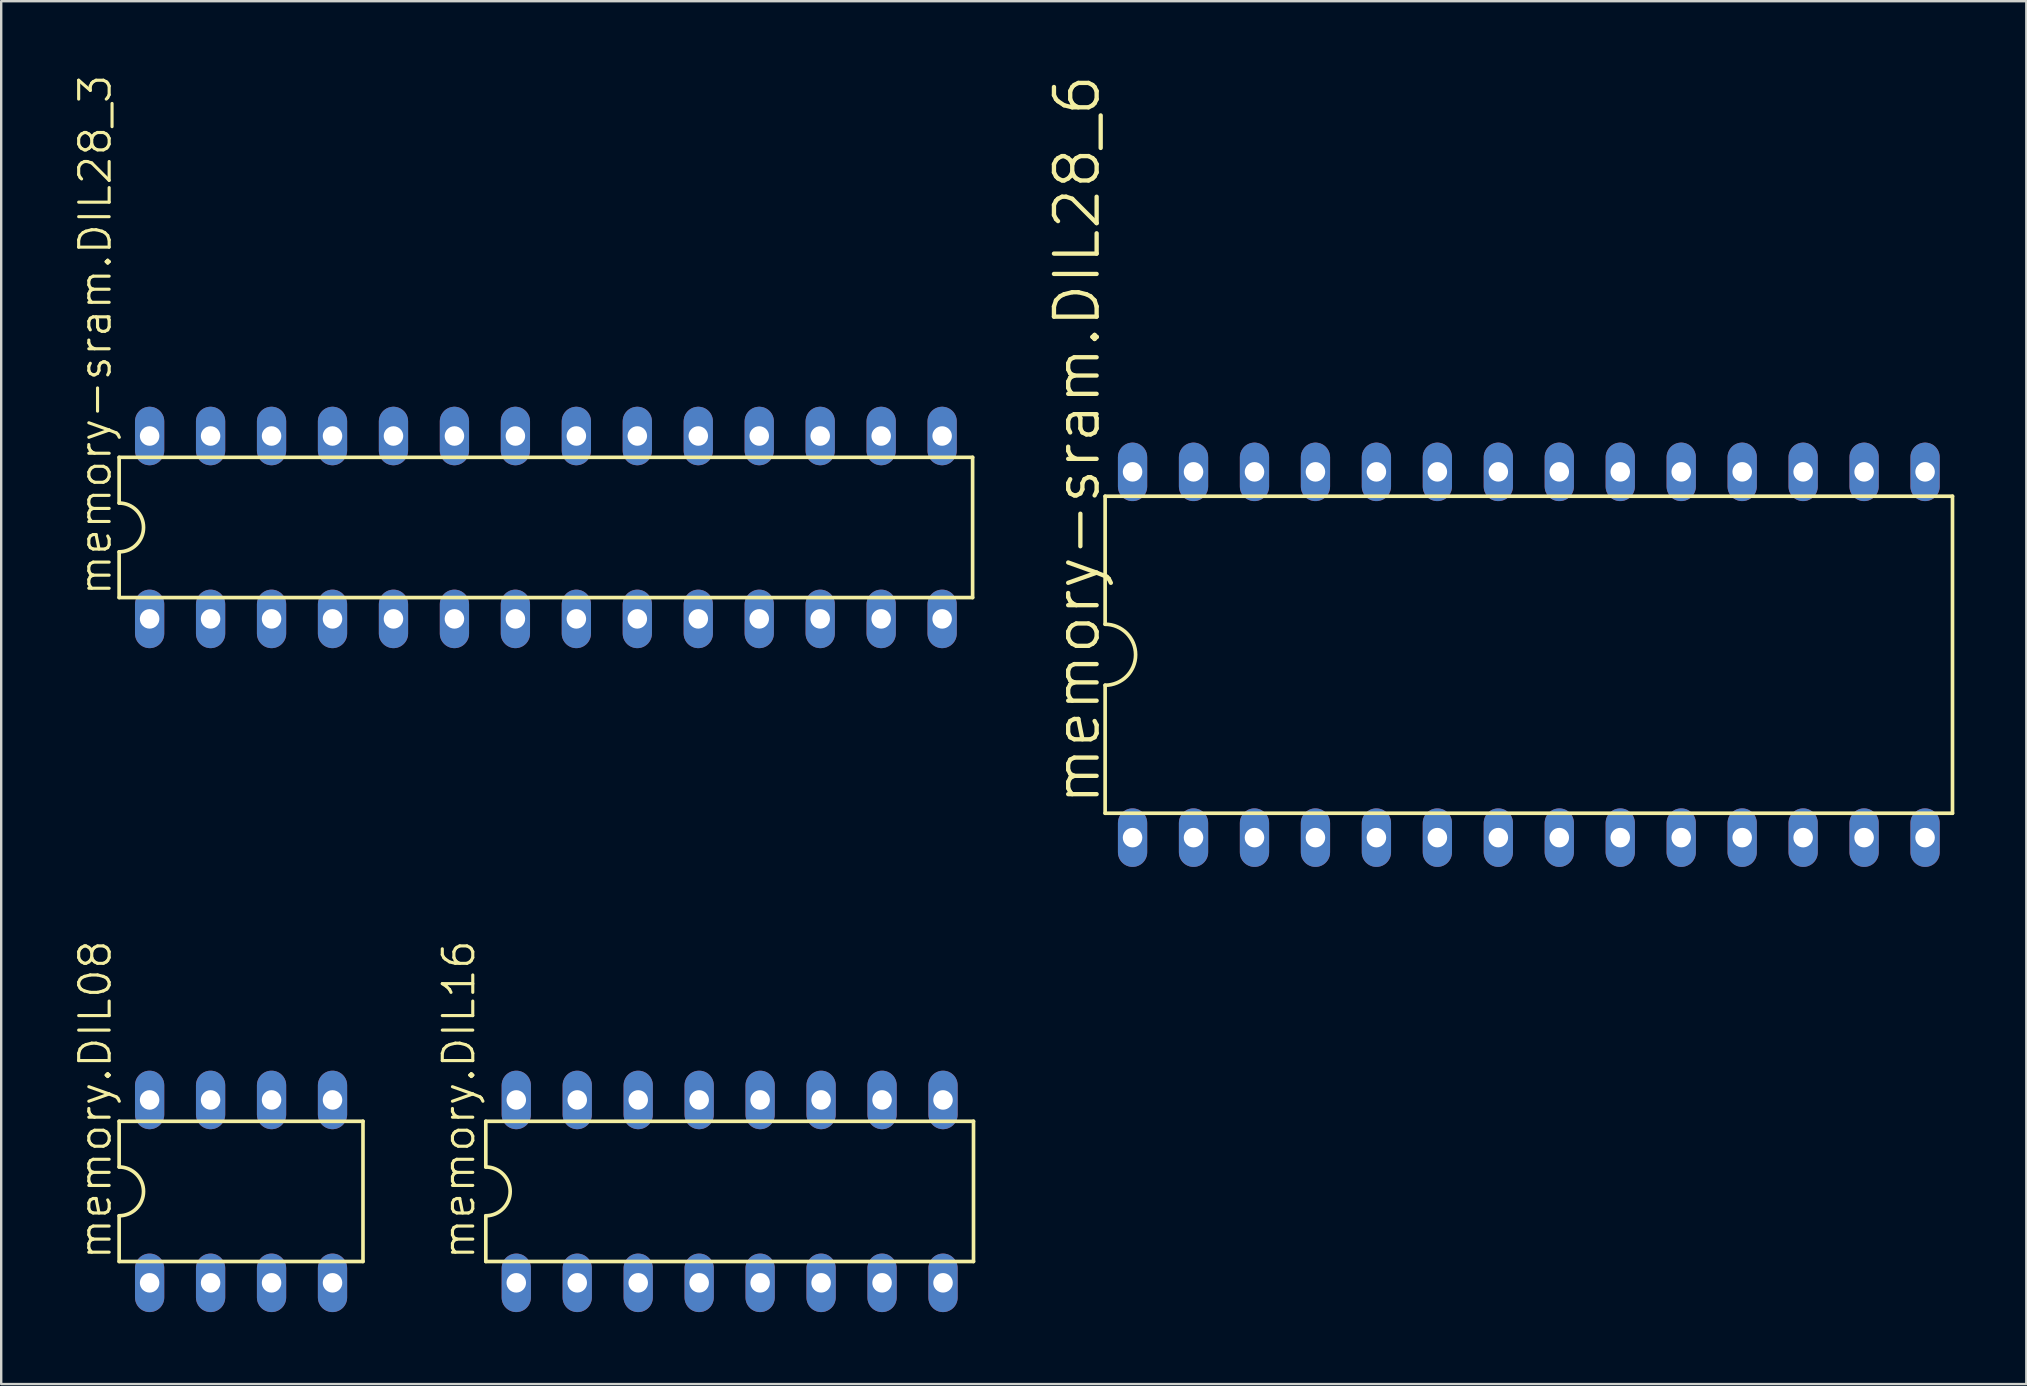
<source format=kicad_pcb>
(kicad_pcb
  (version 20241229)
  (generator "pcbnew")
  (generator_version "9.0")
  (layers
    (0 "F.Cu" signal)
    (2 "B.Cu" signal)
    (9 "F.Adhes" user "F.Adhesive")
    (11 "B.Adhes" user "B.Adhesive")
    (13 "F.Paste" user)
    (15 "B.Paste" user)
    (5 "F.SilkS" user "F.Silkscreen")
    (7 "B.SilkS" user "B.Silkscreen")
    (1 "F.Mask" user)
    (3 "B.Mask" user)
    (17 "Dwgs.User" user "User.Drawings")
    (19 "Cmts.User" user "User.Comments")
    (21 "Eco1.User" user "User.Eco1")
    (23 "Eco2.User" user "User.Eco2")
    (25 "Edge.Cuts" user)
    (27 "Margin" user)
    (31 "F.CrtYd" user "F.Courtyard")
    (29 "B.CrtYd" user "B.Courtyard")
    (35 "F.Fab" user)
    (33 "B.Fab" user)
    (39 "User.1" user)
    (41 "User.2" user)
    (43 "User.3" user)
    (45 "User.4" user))
  (footprint "memory.DIL16"
    (layer "F.Cu")
    (at 27.351 46.589)
    (property "Reference" "memory.DIL16" (at -10.541 2.921 90) (layer "F.SilkS") (effects (font (size 1.27 1.27) (thickness 0.13)) (justify left bottom)))
    (attr through_hole)
    (fp_line (start -10.16 -2.921) (end -10.16 -1.016) (stroke (width 0.152) (type default)) (layer "F.SilkS"))
    (fp_line (start -10.16 2.921) (end -10.16 1.016) (stroke (width 0.152) (type default)) (layer "F.SilkS"))
    (fp_line (start -10.16 2.921) (end 10.16 2.921) (stroke (width 0.152) (type default)) (layer "F.SilkS"))
    (fp_line (start 10.16 -2.921) (end -10.16 -2.921) (stroke (width 0.152) (type default)) (layer "F.SilkS"))
    (fp_line (start 10.16 -2.921) (end 10.16 2.921) (stroke (width 0.152) (type default)) (layer "F.SilkS"))
    (fp_arc (start -10.16 -1.016) (mid -9.144 0) (end -10.16 1.016) (stroke (width 0.1524) (type default)) (layer "F.SilkS"))
    (pad "1" thru_hole oval (at -8.89 3.81 90) (size 2.438 1.219) (drill 0.813) (layers "*.Cu" "*.Mask"))
    (pad "2" thru_hole oval (at -6.35 3.81 90) (size 2.438 1.219) (drill 0.813) (layers "*.Cu" "*.Mask"))
    (pad "3" thru_hole oval (at -3.81 3.81 90) (size 2.438 1.219) (drill 0.813) (layers "*.Cu" "*.Mask"))
    (pad "4" thru_hole oval (at -1.27 3.81 90) (size 2.438 1.219) (drill 0.813) (layers "*.Cu" "*.Mask"))
    (pad "5" thru_hole oval (at 1.27 3.81 90) (size 2.438 1.219) (drill 0.813) (layers "*.Cu" "*.Mask"))
    (pad "6" thru_hole oval (at 3.81 3.81 90) (size 2.438 1.219) (drill 0.813) (layers "*.Cu" "*.Mask"))
    (pad "7" thru_hole oval (at 6.35 3.81 90) (size 2.438 1.219) (drill 0.813) (layers "*.Cu" "*.Mask"))
    (pad "8" thru_hole oval (at 8.89 3.81 90) (size 2.438 1.219) (drill 0.813) (layers "*.Cu" "*.Mask"))
    (pad "9" thru_hole oval (at 8.89 -3.81 90) (size 2.438 1.219) (drill 0.813) (layers "*.Cu" "*.Mask"))
    (pad "10" thru_hole oval (at 6.35 -3.81 90) (size 2.438 1.219) (drill 0.813) (layers "*.Cu" "*.Mask"))
    (pad "11" thru_hole oval (at 3.81 -3.81 90) (size 2.438 1.219) (drill 0.813) (layers "*.Cu" "*.Mask"))
    (pad "12" thru_hole oval (at 1.27 -3.81 90) (size 2.438 1.219) (drill 0.813) (layers "*.Cu" "*.Mask"))
    (pad "13" thru_hole oval (at -1.27 -3.81 90) (size 2.438 1.219) (drill 0.813) (layers "*.Cu" "*.Mask"))
    (pad "14" thru_hole oval (at -3.81 -3.81 90) (size 2.438 1.219) (drill 0.813) (layers "*.Cu" "*.Mask"))
    (pad "15" thru_hole oval (at -6.35 -3.81 90) (size 2.438 1.219) (drill 0.813) (layers "*.Cu" "*.Mask"))
    (pad "16" thru_hole oval (at -8.89 -3.81 90) (size 2.438 1.219) (drill 0.813) (layers "*.Cu" "*.Mask")))
  (footprint "memory-sram.DIL28_3"
    (layer "F.Cu")
    (at 19.694 18.926)
    (property "Reference" "memory-sram.DIL28_3" (at -18.034 2.921 90) (layer "F.SilkS") (effects (font (size 1.27 1.27) (thickness 0.13)) (justify left bottom)))
    (attr through_hole)
    (fp_line (start -17.78 -2.921) (end -17.78 -1.016) (stroke (width 0.152) (type default)) (layer "F.SilkS"))
    (fp_line (start -17.78 2.921) (end -17.78 1.016) (stroke (width 0.152) (type default)) (layer "F.SilkS"))
    (fp_line (start -17.78 2.921) (end 17.78 2.921) (stroke (width 0.152) (type default)) (layer "F.SilkS"))
    (fp_line (start 17.78 -2.921) (end -17.78 -2.921) (stroke (width 0.152) (type default)) (layer "F.SilkS"))
    (fp_line (start 17.78 -2.921) (end 17.78 2.921) (stroke (width 0.152) (type default)) (layer "F.SilkS"))
    (fp_arc (start -17.78 -1.016) (mid -16.764 0) (end -17.78 1.016) (stroke (width 0.1524) (type default)) (layer "F.SilkS"))
    (pad "1" thru_hole oval (at -16.51 3.81 90) (size 2.438 1.219) (drill 0.813) (layers "*.Cu" "*.Mask"))
    (pad "2" thru_hole oval (at -13.97 3.81 90) (size 2.438 1.219) (drill 0.813) (layers "*.Cu" "*.Mask"))
    (pad "3" thru_hole oval (at -11.43 3.81 90) (size 2.438 1.219) (drill 0.813) (layers "*.Cu" "*.Mask"))
    (pad "4" thru_hole oval (at -8.89 3.81 90) (size 2.438 1.219) (drill 0.813) (layers "*.Cu" "*.Mask"))
    (pad "5" thru_hole oval (at -6.35 3.81 90) (size 2.438 1.219) (drill 0.813) (layers "*.Cu" "*.Mask"))
    (pad "6" thru_hole oval (at -3.81 3.81 90) (size 2.438 1.219) (drill 0.813) (layers "*.Cu" "*.Mask"))
    (pad "7" thru_hole oval (at -1.27 3.81 90) (size 2.438 1.219) (drill 0.813) (layers "*.Cu" "*.Mask"))
    (pad "8" thru_hole oval (at 1.27 3.81 90) (size 2.438 1.219) (drill 0.813) (layers "*.Cu" "*.Mask"))
    (pad "9" thru_hole oval (at 3.81 3.81 90) (size 2.438 1.219) (drill 0.813) (layers "*.Cu" "*.Mask"))
    (pad "10" thru_hole oval (at 6.35 3.81 90) (size 2.438 1.219) (drill 0.813) (layers "*.Cu" "*.Mask"))
    (pad "11" thru_hole oval (at 8.89 3.81 90) (size 2.438 1.219) (drill 0.813) (layers "*.Cu" "*.Mask"))
    (pad "12" thru_hole oval (at 11.43 3.81 90) (size 2.438 1.219) (drill 0.813) (layers "*.Cu" "*.Mask"))
    (pad "13" thru_hole oval (at 13.97 3.81 90) (size 2.438 1.219) (drill 0.813) (layers "*.Cu" "*.Mask"))
    (pad "14" thru_hole oval (at 16.51 3.81 90) (size 2.438 1.219) (drill 0.813) (layers "*.Cu" "*.Mask"))
    (pad "15" thru_hole oval (at 16.51 -3.81 90) (size 2.438 1.219) (drill 0.813) (layers "*.Cu" "*.Mask"))
    (pad "16" thru_hole oval (at 13.97 -3.81 90) (size 2.438 1.219) (drill 0.813) (layers "*.Cu" "*.Mask"))
    (pad "17" thru_hole oval (at 11.43 -3.81 90) (size 2.438 1.219) (drill 0.813) (layers "*.Cu" "*.Mask"))
    (pad "18" thru_hole oval (at 8.89 -3.81 90) (size 2.438 1.219) (drill 0.813) (layers "*.Cu" "*.Mask"))
    (pad "19" thru_hole oval (at 6.35 -3.81 90) (size 2.438 1.219) (drill 0.813) (layers "*.Cu" "*.Mask"))
    (pad "20" thru_hole oval (at 3.81 -3.81 90) (size 2.438 1.219) (drill 0.813) (layers "*.Cu" "*.Mask"))
    (pad "21" thru_hole oval (at 1.27 -3.81 90) (size 2.438 1.219) (drill 0.813) (layers "*.Cu" "*.Mask"))
    (pad "22" thru_hole oval (at -1.27 -3.81 90) (size 2.438 1.219) (drill 0.813) (layers "*.Cu" "*.Mask"))
    (pad "23" thru_hole oval (at -3.81 -3.81 90) (size 2.438 1.219) (drill 0.813) (layers "*.Cu" "*.Mask"))
    (pad "24" thru_hole oval (at -6.35 -3.81 90) (size 2.438 1.219) (drill 0.813) (layers "*.Cu" "*.Mask"))
    (pad "25" thru_hole oval (at -8.89 -3.81 90) (size 2.438 1.219) (drill 0.813) (layers "*.Cu" "*.Mask"))
    (pad "26" thru_hole oval (at -11.43 -3.81 90) (size 2.438 1.219) (drill 0.813) (layers "*.Cu" "*.Mask"))
    (pad "27" thru_hole oval (at -13.97 -3.81 90) (size 2.438 1.219) (drill 0.813) (layers "*.Cu" "*.Mask"))
    (pad "28" thru_hole oval (at -16.51 -3.81 90) (size 2.438 1.219) (drill 0.813) (layers "*.Cu" "*.Mask")))
  (footprint "memory.DIL08"
    (layer "F.Cu")
    (at 6.994 46.589)
    (property "Reference" "memory.DIL08" (at -5.334 2.921 90) (layer "F.SilkS") (effects (font (size 1.27 1.27) (thickness 0.13)) (justify left bottom)))
    (attr through_hole)
    (fp_line (start -5.08 -2.921) (end -5.08 -1.016) (stroke (width 0.152) (type default)) (layer "F.SilkS"))
    (fp_line (start -5.08 2.921) (end -5.08 1.016) (stroke (width 0.152) (type default)) (layer "F.SilkS"))
    (fp_line (start -5.08 2.921) (end 5.08 2.921) (stroke (width 0.152) (type default)) (layer "F.SilkS"))
    (fp_line (start 5.08 -2.921) (end -5.08 -2.921) (stroke (width 0.152) (type default)) (layer "F.SilkS"))
    (fp_line (start 5.08 -2.921) (end 5.08 2.921) (stroke (width 0.152) (type default)) (layer "F.SilkS"))
    (fp_arc (start -5.08 -1.016) (mid -4.064 0) (end -5.08 1.016) (stroke (width 0.1524) (type default)) (layer "F.SilkS"))
    (pad "1" thru_hole oval (at -3.81 3.81 90) (size 2.438 1.219) (drill 0.813) (layers "*.Cu" "*.Mask"))
    (pad "2" thru_hole oval (at -1.27 3.81 90) (size 2.438 1.219) (drill 0.813) (layers "*.Cu" "*.Mask"))
    (pad "3" thru_hole oval (at 1.27 3.81 90) (size 2.438 1.219) (drill 0.813) (layers "*.Cu" "*.Mask"))
    (pad "4" thru_hole oval (at 3.81 3.81 90) (size 2.438 1.219) (drill 0.813) (layers "*.Cu" "*.Mask"))
    (pad "5" thru_hole oval (at 3.81 -3.81 90) (size 2.438 1.219) (drill 0.813) (layers "*.Cu" "*.Mask"))
    (pad "6" thru_hole oval (at 1.27 -3.81 90) (size 2.438 1.219) (drill 0.813) (layers "*.Cu" "*.Mask"))
    (pad "7" thru_hole oval (at -1.27 -3.81 90) (size 2.438 1.219) (drill 0.813) (layers "*.Cu" "*.Mask"))
    (pad "8" thru_hole oval (at -3.81 -3.81 90) (size 2.438 1.219) (drill 0.813) (layers "*.Cu" "*.Mask")))
  (footprint "memory-sram.DIL28_6"
    (layer "F.Cu")
    (at 60.648 24.23)
    (property "Reference" "memory-sram.DIL28_6" (at -17.78 6.35 90) (layer "F.SilkS") (effects (font (size 1.778 1.778) (thickness 0.18)) (justify left bottom)))
    (attr through_hole)
    (fp_line (start -17.653 -6.604) (end -17.653 -1.27) (stroke (width 0.152) (type default)) (layer "F.SilkS"))
    (fp_line (start -17.653 -6.604) (end 17.653 -6.604) (stroke (width 0.152) (type default)) (layer "F.SilkS"))
    (fp_line (start -17.653 1.27) (end -17.653 6.604) (stroke (width 0.152) (type default)) (layer "F.SilkS"))
    (fp_line (start -17.653 6.604) (end 17.653 6.604) (stroke (width 0.152) (type default)) (layer "F.SilkS"))
    (fp_line (start 17.653 6.604) (end 17.653 -6.604) (stroke (width 0.152) (type default)) (layer "F.SilkS"))
    (fp_arc (start -17.653 -1.27) (mid -16.383 0) (end -17.653 1.27) (stroke (width 0.1524) (type default)) (layer "F.SilkS"))
    (pad "1" thru_hole oval (at -16.51 7.62 90) (size 2.438 1.219) (drill 0.813) (layers "*.Cu" "*.Mask"))
    (pad "2" thru_hole oval (at -13.97 7.62 90) (size 2.438 1.219) (drill 0.813) (layers "*.Cu" "*.Mask"))
    (pad "3" thru_hole oval (at -11.43 7.62 90) (size 2.438 1.219) (drill 0.813) (layers "*.Cu" "*.Mask"))
    (pad "4" thru_hole oval (at -8.89 7.62 90) (size 2.438 1.219) (drill 0.813) (layers "*.Cu" "*.Mask"))
    (pad "5" thru_hole oval (at -6.35 7.62 90) (size 2.438 1.219) (drill 0.813) (layers "*.Cu" "*.Mask"))
    (pad "6" thru_hole oval (at -3.81 7.62 90) (size 2.438 1.219) (drill 0.813) (layers "*.Cu" "*.Mask"))
    (pad "7" thru_hole oval (at -1.27 7.62 90) (size 2.438 1.219) (drill 0.813) (layers "*.Cu" "*.Mask"))
    (pad "8" thru_hole oval (at 1.27 7.62 90) (size 2.438 1.219) (drill 0.813) (layers "*.Cu" "*.Mask"))
    (pad "9" thru_hole oval (at 3.81 7.62 90) (size 2.438 1.219) (drill 0.813) (layers "*.Cu" "*.Mask"))
    (pad "10" thru_hole oval (at 6.35 7.62 90) (size 2.438 1.219) (drill 0.813) (layers "*.Cu" "*.Mask"))
    (pad "11" thru_hole oval (at 8.89 7.62 90) (size 2.438 1.219) (drill 0.813) (layers "*.Cu" "*.Mask"))
    (pad "12" thru_hole oval (at 11.43 7.62 90) (size 2.438 1.219) (drill 0.813) (layers "*.Cu" "*.Mask"))
    (pad "13" thru_hole oval (at 13.97 7.62 90) (size 2.438 1.219) (drill 0.813) (layers "*.Cu" "*.Mask"))
    (pad "14" thru_hole oval (at 16.51 7.62 90) (size 2.438 1.219) (drill 0.813) (layers "*.Cu" "*.Mask"))
    (pad "15" thru_hole oval (at 16.51 -7.62 90) (size 2.438 1.219) (drill 0.813) (layers "*.Cu" "*.Mask"))
    (pad "16" thru_hole oval (at 13.97 -7.62 90) (size 2.438 1.219) (drill 0.813) (layers "*.Cu" "*.Mask"))
    (pad "17" thru_hole oval (at 11.43 -7.62 90) (size 2.438 1.219) (drill 0.813) (layers "*.Cu" "*.Mask"))
    (pad "18" thru_hole oval (at 8.89 -7.62 90) (size 2.438 1.219) (drill 0.813) (layers "*.Cu" "*.Mask"))
    (pad "19" thru_hole oval (at 6.35 -7.62 90) (size 2.438 1.219) (drill 0.813) (layers "*.Cu" "*.Mask"))
    (pad "20" thru_hole oval (at 3.81 -7.62 90) (size 2.438 1.219) (drill 0.813) (layers "*.Cu" "*.Mask"))
    (pad "21" thru_hole oval (at 1.27 -7.62 90) (size 2.438 1.219) (drill 0.813) (layers "*.Cu" "*.Mask"))
    (pad "22" thru_hole oval (at -1.27 -7.62 90) (size 2.438 1.219) (drill 0.813) (layers "*.Cu" "*.Mask"))
    (pad "23" thru_hole oval (at -3.81 -7.62 90) (size 2.438 1.219) (drill 0.813) (layers "*.Cu" "*.Mask"))
    (pad "24" thru_hole oval (at -6.35 -7.62 90) (size 2.438 1.219) (drill 0.813) (layers "*.Cu" "*.Mask"))
    (pad "25" thru_hole oval (at -8.89 -7.62 90) (size 2.438 1.219) (drill 0.813) (layers "*.Cu" "*.Mask"))
    (pad "26" thru_hole oval (at -11.43 -7.62 90) (size 2.438 1.219) (drill 0.813) (layers "*.Cu" "*.Mask"))
    (pad "27" thru_hole oval (at -13.97 -7.62 90) (size 2.438 1.219) (drill 0.813) (layers "*.Cu" "*.Mask"))
    (pad "28" thru_hole oval (at -16.51 -7.62 90) (size 2.438 1.219) (drill 0.813) (layers "*.Cu" "*.Mask")))
  (gr_rect
    (start -3 -3)
    (end 81.377 54.618)
    (stroke (width 0.1) (type default))
    (fill no)
    (layer "Edge.Cuts")))
</source>
